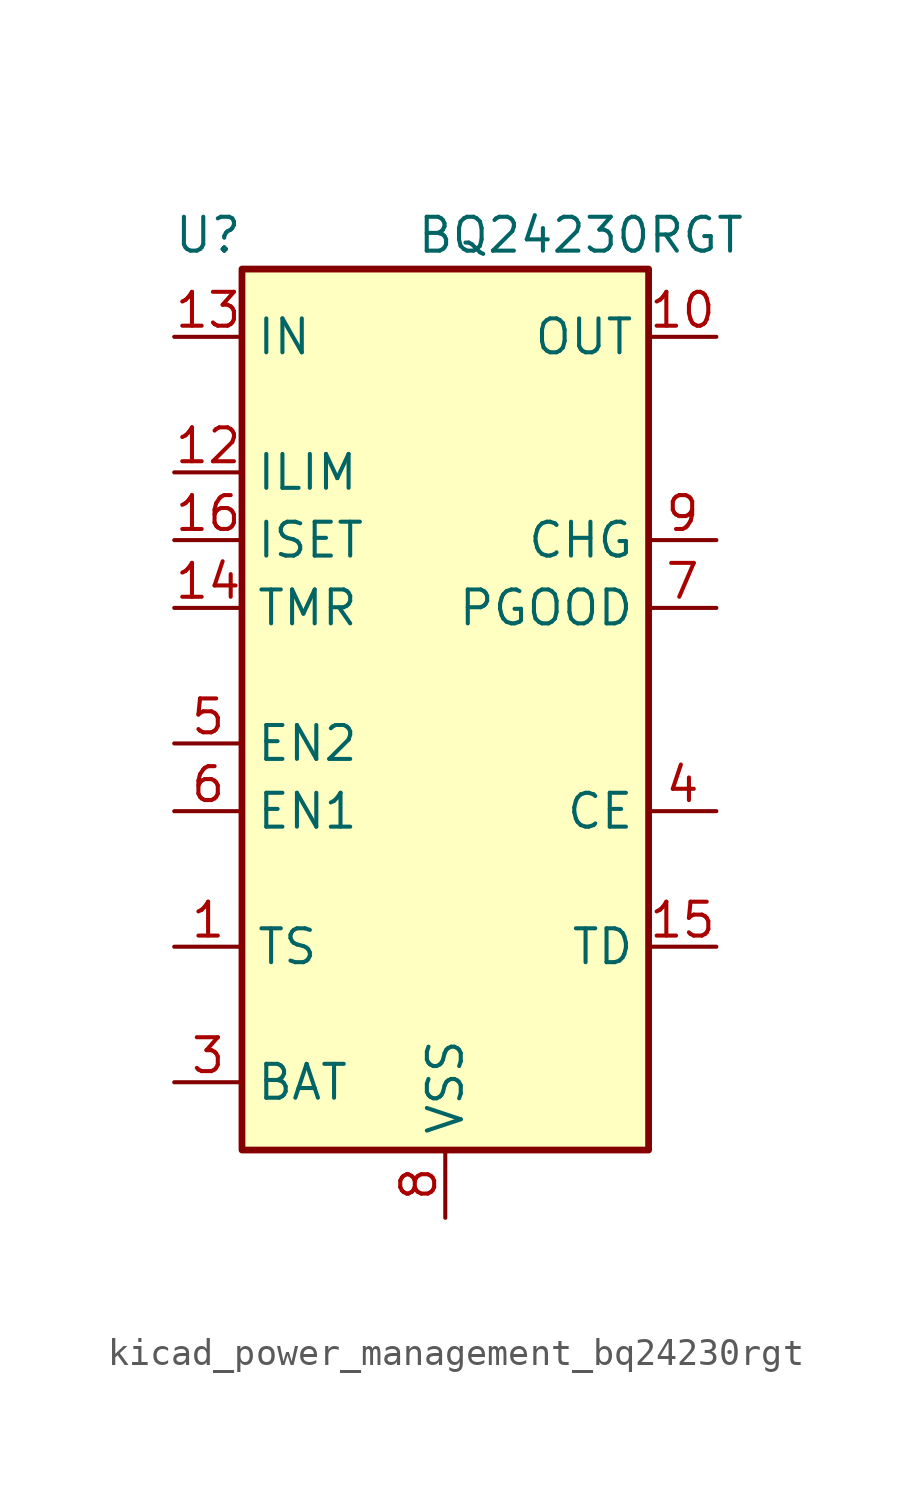
<source format=kicad_sym>
(kicad_symbol_lib
  (version 20220914)
  (generator kicad_symbol_editor)
  (symbol "kicad_power_management_bq24230rgt"
    (property "Reference" "U"
      (at -8.89 19.05 0)
      (effects (font (size 1.27 1.27))))
    (property "Value" "BQ24230RGT"
      (at 5.08 19.05 0)
      (effects (font (size 1.27 1.27))))
    (symbol "kicad_power_management_bq24230rgt_0_1"
      (rectangle (start -7.62 17.78) (end 7.62 -15.24) (stroke (width 0.254) (type default)) (fill (type background))))
    (symbol "kicad_power_management_bq24230rgt_1_1"
      (pin passive line (at -10.16 -7.62 0) (length 2.54) (name "TS" (effects (font (size 1.27 1.27)))) (number "1" (effects (font (size 1.27 1.27)))))
      (pin power_out line (at 10.16 15.24 180) (length 2.54) (name "OUT" (effects (font (size 1.27 1.27)))) (number "10" (effects (font (size 1.27 1.27)))))
      (pin passive line (at 10.16 15.24 180) (length 2.54) hide (name "OUT" (effects (font (size 1.27 1.27)))) (number "11" (effects (font (size 1.27 1.27)))))
      (pin passive line (at -10.16 10.16 0) (length 2.54) (name "ILIM" (effects (font (size 1.27 1.27)))) (number "12" (effects (font (size 1.27 1.27)))))
      (pin power_in line (at -10.16 15.24 0) (length 2.54) (name "IN" (effects (font (size 1.27 1.27)))) (number "13" (effects (font (size 1.27 1.27)))))
      (pin passive line (at -10.16 5.08 0) (length 2.54) (name "TMR" (effects (font (size 1.27 1.27)))) (number "14" (effects (font (size 1.27 1.27)))))
      (pin input line (at 10.16 -7.62 180) (length 2.54) (name "TD" (effects (font (size 1.27 1.27)))) (number "15" (effects (font (size 1.27 1.27)))))
      (pin passive line (at -10.16 7.62 0) (length 2.54) (name "ISET" (effects (font (size 1.27 1.27)))) (number "16" (effects (font (size 1.27 1.27)))))
      (pin passive line (at 0 -17.78 90) (length 2.54) hide (name "VSS" (effects (font (size 1.27 1.27)))) (number "17" (effects (font (size 1.27 1.27)))))
      (pin bidirectional line (at -10.16 -12.7 0) (length 2.54) hide (name "BAT" (effects (font (size 1.27 1.27)))) (number "2" (effects (font (size 1.27 1.27)))))
      (pin bidirectional line (at -10.16 -12.7 0) (length 2.54) (name "BAT" (effects (font (size 1.27 1.27)))) (number "3" (effects (font (size 1.27 1.27)))))
      (pin input line (at 10.16 -2.54 180) (length 2.54) (name "CE" (effects (font (size 1.27 1.27)))) (number "4" (effects (font (size 1.27 1.27)))))
      (pin input line (at -10.16 0 0) (length 2.54) (name "EN2" (effects (font (size 1.27 1.27)))) (number "5" (effects (font (size 1.27 1.27)))))
      (pin input line (at -10.16 -2.54 0) (length 2.54) (name "EN1" (effects (font (size 1.27 1.27)))) (number "6" (effects (font (size 1.27 1.27)))))
      (pin open_collector line (at 10.16 5.08 180) (length 2.54) (name "PGOOD" (effects (font (size 1.27 1.27)))) (number "7" (effects (font (size 1.27 1.27)))))
      (pin power_in line (at 0 -17.78 90) (length 2.54) (name "VSS" (effects (font (size 1.27 1.27)))) (number "8" (effects (font (size 1.27 1.27)))))
      (pin open_collector line (at 10.16 7.62 180) (length 2.54) (name "CHG" (effects (font (size 1.27 1.27)))) (number "9" (effects (font (size 1.27 1.27))))))))
</source>
